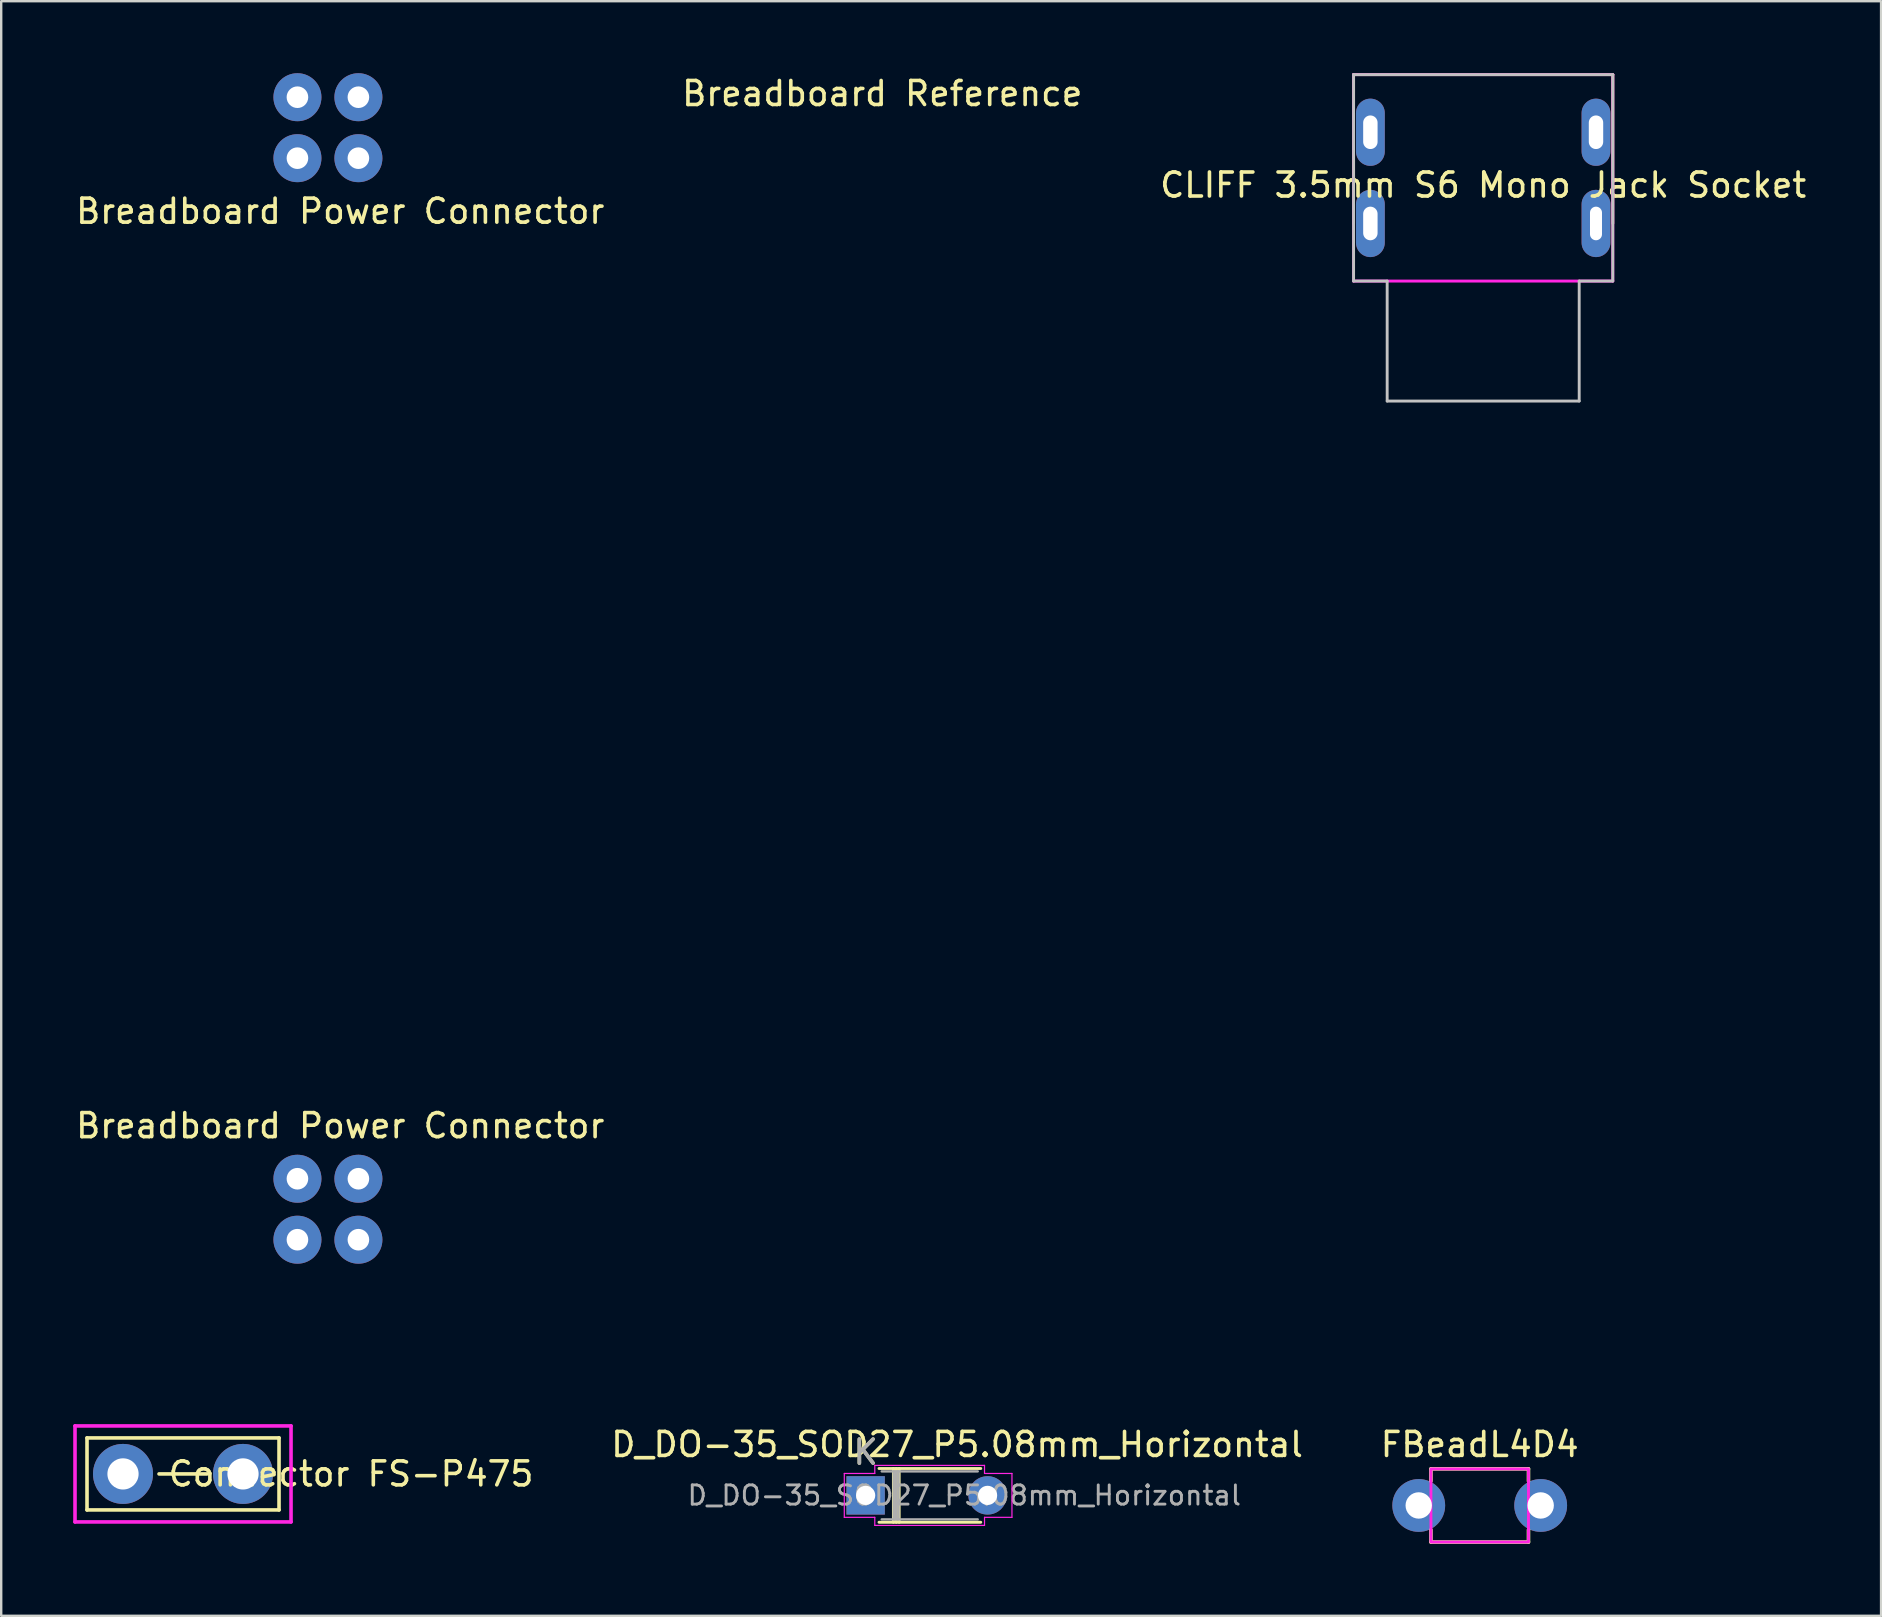
<source format=kicad_pcb>
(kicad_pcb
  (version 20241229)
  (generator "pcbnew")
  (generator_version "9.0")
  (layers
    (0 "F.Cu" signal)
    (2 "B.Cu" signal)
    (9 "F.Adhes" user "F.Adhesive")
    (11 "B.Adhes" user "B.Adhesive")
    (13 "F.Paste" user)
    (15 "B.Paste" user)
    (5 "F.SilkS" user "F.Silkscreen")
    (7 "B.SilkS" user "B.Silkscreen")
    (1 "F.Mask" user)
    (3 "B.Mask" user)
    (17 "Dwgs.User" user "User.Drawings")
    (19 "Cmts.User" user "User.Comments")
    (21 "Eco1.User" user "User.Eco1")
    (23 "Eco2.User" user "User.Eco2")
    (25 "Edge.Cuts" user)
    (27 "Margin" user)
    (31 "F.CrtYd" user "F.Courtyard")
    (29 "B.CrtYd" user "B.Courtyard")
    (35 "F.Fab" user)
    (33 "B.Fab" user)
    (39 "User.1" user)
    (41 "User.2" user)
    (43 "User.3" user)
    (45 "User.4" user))
  (footprint "D_DO-35_SOD27_P5.08mm_Horizontal"
    (layer "F.Cu")
    (at 33.015 59.252)
    (property "Reference" "D_DO-35_SOD27_P5.08mm_Horizontal" (at 3.81 -2.12 0) (layer "F.SilkS") (effects (font (size 1 1) (thickness 0.15))))
    (attr through_hole)
    (fp_line (start 0.557 1.12) (end 4.797 1.12) (stroke (width 0.12) (type solid)) (layer "F.SilkS"))
    (fp_line (start 1.157 -1.12) (end 1.157 1.12) (stroke (width 0.12) (type solid)) (layer "F.SilkS"))
    (fp_line (start 1.277 -1.12) (end 1.277 1.12) (stroke (width 0.12) (type solid)) (layer "F.SilkS"))
    (fp_line (start 1.397 -1.12) (end 1.397 1.12) (stroke (width 0.12) (type solid)) (layer "F.SilkS"))
    (fp_line (start 4.797 -1.12) (end 0.557 -1.12) (stroke (width 0.12) (type solid)) (layer "F.SilkS"))
    (fp_line (start -0.889 -0.914) (end -0.889 0.914) (stroke (width 0.05) (type solid)) (layer "F.CrtYd"))
    (fp_line (start -0.889 -0.914) (end 0.381 -0.914) (stroke (width 0.05) (type default)) (layer "F.CrtYd"))
    (fp_line (start -0.889 0.914) (end 0.381 0.914) (stroke (width 0.05) (type default)) (layer "F.CrtYd"))
    (fp_line (start 0.381 -1.25) (end 0.381 -0.914) (stroke (width 0.05) (type default)) (layer "F.CrtYd"))
    (fp_line (start 0.381 0.914) (end 0.381 1.25) (stroke (width 0.05) (type default)) (layer "F.CrtYd"))
    (fp_line (start 0.381 1.25) (end 4.953 1.25) (stroke (width 0.05) (type solid)) (layer "F.CrtYd"))
    (fp_line (start 4.953 -1.25) (end 0.381 -1.25) (stroke (width 0.05) (type solid)) (layer "F.CrtYd"))
    (fp_line (start 4.953 -0.914) (end 4.953 -1.25) (stroke (width 0.05) (type default)) (layer "F.CrtYd"))
    (fp_line (start 4.953 1.25) (end 4.953 0.914) (stroke (width 0.05) (type default)) (layer "F.CrtYd"))
    (fp_line (start 6.096 -0.914) (end 4.953 -0.914) (stroke (width 0.05) (type default)) (layer "F.CrtYd"))
    (fp_line (start 6.096 0.914) (end 4.953 0.914) (stroke (width 0.05) (type default)) (layer "F.CrtYd"))
    (fp_line (start 6.096 0.914) (end 6.096 -0.914) (stroke (width 0.05) (type solid)) (layer "F.CrtYd"))
    (fp_line (start 0.67 1) (end 4.67 1) (stroke (width 0.1) (type solid)) (layer "F.Fab"))
    (fp_line (start 1.17 -1) (end 1.17 1) (stroke (width 0.1) (type solid)) (layer "F.Fab"))
    (fp_line (start 1.27 -1) (end 1.27 1) (stroke (width 0.1) (type solid)) (layer "F.Fab"))
    (fp_line (start 1.37 -1) (end 1.37 1) (stroke (width 0.1) (type solid)) (layer "F.Fab"))
    (fp_line (start 4.67 -1) (end 0.67 -1) (stroke (width 0.1) (type solid)) (layer "F.Fab"))
    (fp_text user "K" (at 0 -1.8 0) (layer "F.SilkS") (effects (font (size 1 1) (thickness 0.15))))
    (fp_text user "${REFERENCE}" (at 4.11 0 0) (layer "F.Fab") (effects (font (size 0.8 0.8) (thickness 0.12))))
    (fp_text user "K" (at 0 -1.8 0) (layer "F.Fab") (effects (font (size 1 1) (thickness 0.15))))
    (pad "1" thru_hole rect (at 0 0) (size 1.6 1.6) (drill 0.8) (layers "*.Cu" "*.Mask"))
    (pad "2" thru_hole oval (at 5.08 0) (size 1.6 1.6) (drill 0.8) (layers "*.Cu" "*.Mask")))
  (footprint "CLIFF 3.5mm S6 Mono Jack Socket"
    (layer "F.Cu")
    (at 58.744 8.66)
    (property "Reference" "CLIFF 3.5mm S6 Mono Jack Socket" (at 0 -4 0) (unlocked yes) (layer "F.SilkS") (effects (font (size 1 1) (thickness 0.15))))
    (attr through_hole)
    (fp_line (start -5.4 -8.6) (end 5.4 -8.6) (stroke (width 0.12) (type default)) (layer "F.SilkS"))
    (fp_line (start -5.4 -2.4) (end -5.4 -8.6) (stroke (width 0.12) (type default)) (layer "F.SilkS"))
    (fp_line (start 5.4 -2.4) (end 5.4 -8.6) (stroke (width 0.12) (type default)) (layer "F.SilkS"))
    (fp_line (start -5.4 -8.6) (end 5.4 -8.6) (stroke (width 0.12) (type default)) (layer "Dwgs.User"))
    (fp_line (start -5.4 0) (end -5.4 -8.6) (stroke (width 0.12) (type default)) (layer "Dwgs.User"))
    (fp_line (start -4 0) (end -5.4 0) (stroke (width 0.12) (type default)) (layer "Dwgs.User"))
    (fp_line (start -4 0) (end -4 5) (stroke (width 0.12) (type default)) (layer "Dwgs.User"))
    (fp_line (start -4 5) (end 4 5) (stroke (width 0.12) (type default)) (layer "Dwgs.User"))
    (fp_line (start 4 5) (end 4 0) (stroke (width 0.12) (type default)) (layer "Dwgs.User"))
    (fp_line (start 5.4 0) (end 4 0) (stroke (width 0.12) (type default)) (layer "Dwgs.User"))
    (fp_line (start 5.4 0) (end 5.4 -8.6) (stroke (width 0.12) (type default)) (layer "Dwgs.User"))
    (fp_line (start -5.4 0) (end -5.4 -8.6) (stroke (width 0.12) (type default)) (layer "F.CrtYd"))
    (fp_line (start -5.4 0) (end 5.4 0) (stroke (width 0.12) (type default)) (layer "F.CrtYd"))
    (fp_line (start 5.4 -8.6) (end -5.4 -8.6) (stroke (width 0.12) (type default)) (layer "F.CrtYd"))
    (fp_line (start 5.4 0) (end 5.4 -8.6) (stroke (width 0.12) (type default)) (layer "F.CrtYd"))
    (pad "S" thru_hole oval (at 4.7 -2.4 180) (size 1.2 2.8) (drill oval 0.5 1.4) (layers "*.Cu" "*.Mask"))
    (pad "SN" thru_hole oval (at -4.7 -2.4 180) (size 1.2 2.8) (drill oval 0.6 1.4) (layers "*.Cu" "*.Mask"))
    (pad "T" thru_hole oval (at 4.7 -6.2 180) (size 1.2 2.8) (drill oval 0.6 1.4) (layers "*.Cu" "*.Mask"))
    (pad "TN" thru_hole oval (at -4.7 -6.2 180) (size 1.2 2.8) (drill oval 0.6 1.4) (layers "*.Cu" "*.Mask")))
  (footprint "Breadboard Reference"
    (layer "F.Cu")
    (at 33.708 28.788)
    (property "Reference" "Breadboard Reference" (at 0 -27.94 0) (unlocked yes) (layer "F.SilkS") (effects (font (size 1 1) (thickness 0.15))))
    (fp_circle (center -5.08 -13.97) (end -4.445 -13.97) (stroke (width 0.12) (type default)) (fill no) (layer "User.1"))
    (fp_circle (center -5.08 -11.43) (end -4.445 -11.43) (stroke (width 0.12) (type default)) (fill no) (layer "User.1"))
    (fp_circle (center -5.08 -8.89) (end -4.445 -8.89) (stroke (width 0.12) (type default)) (fill no) (layer "User.1"))
    (fp_circle (center -5.08 -6.35) (end -4.445 -6.35) (stroke (width 0.12) (type default)) (fill no) (layer "User.1"))
    (fp_circle (center -5.08 -3.81) (end -4.445 -3.81) (stroke (width 0.12) (type default)) (fill no) (layer "User.1"))
    (fp_circle (center -5.08 3.81) (end -4.445 3.81) (stroke (width 0.12) (type default)) (fill no) (layer "User.1"))
    (fp_circle (center -5.08 6.35) (end -4.445 6.35) (stroke (width 0.12) (type default)) (fill no) (layer "User.1"))
    (fp_circle (center -5.08 8.89) (end -4.445 8.89) (stroke (width 0.12) (type default)) (fill no) (layer "User.1"))
    (fp_circle (center -5.08 11.43) (end -4.445 11.43) (stroke (width 0.12) (type default)) (fill no) (layer "User.1"))
    (fp_circle (center -5.08 13.97) (end -4.445 13.97) (stroke (width 0.12) (type default)) (fill no) (layer "User.1"))
    (fp_circle (center -2.54 -13.97) (end -1.905 -13.97) (stroke (width 0.12) (type default)) (fill no) (layer "User.1"))
    (fp_circle (center -2.54 -11.43) (end -1.905 -11.43) (stroke (width 0.12) (type default)) (fill no) (layer "User.1"))
    (fp_circle (center -2.54 -8.89) (end -1.905 -8.89) (stroke (width 0.12) (type default)) (fill no) (layer "User.1"))
    (fp_circle (center -2.54 -6.35) (end -1.905 -6.35) (stroke (width 0.12) (type default)) (fill no) (layer "User.1"))
    (fp_circle (center -2.54 -3.81) (end -1.905 -3.81) (stroke (width 0.12) (type default)) (fill no) (layer "User.1"))
    (fp_circle (center -2.54 3.81) (end -1.905 3.81) (stroke (width 0.12) (type default)) (fill no) (layer "User.1"))
    (fp_circle (center -2.54 6.35) (end -1.905 6.35) (stroke (width 0.12) (type default)) (fill no) (layer "User.1"))
    (fp_circle (center -2.54 8.89) (end -1.905 8.89) (stroke (width 0.12) (type default)) (fill no) (layer "User.1"))
    (fp_circle (center -2.54 11.43) (end -1.905 11.43) (stroke (width 0.12) (type default)) (fill no) (layer "User.1"))
    (fp_circle (center -2.54 13.97) (end -1.905 13.97) (stroke (width 0.12) (type default)) (fill no) (layer "User.1"))
    (fp_circle (center -0.513 -23.8) (end 0.122 -23.8) (stroke (width 0.12) (type default)) (fill no) (layer "User.1"))
    (fp_circle (center -0.513 -21.26) (end 0.122 -21.26) (stroke (width 0.12) (type default)) (fill no) (layer "User.1"))
    (fp_circle (center -0.513 21.26) (end 0.122 21.26) (stroke (width 0.12) (type default)) (fill no) (layer "User.1"))
    (fp_circle (center -0.513 23.8) (end 0.122 23.8) (stroke (width 0.12) (type default)) (fill no) (layer "User.1"))
    (fp_circle (center 0 -13.97) (end 0.635 -13.97) (stroke (width 0.12) (type default)) (fill no) (layer "User.1"))
    (fp_circle (center 0 -11.43) (end 0.635 -11.43) (stroke (width 0.12) (type default)) (fill no) (layer "User.1"))
    (fp_circle (center 0 -8.89) (end 0.635 -8.89) (stroke (width 0.12) (type default)) (fill no) (layer "User.1"))
    (fp_circle (center 0 -6.35) (end 0.635 -6.35) (stroke (width 0.12) (type default)) (fill no) (layer "User.1"))
    (fp_circle (center 0 -3.81) (end 0.635 -3.81) (stroke (width 0.12) (type default)) (fill no) (layer "User.1"))
    (fp_circle (center 0 3.81) (end 0.635 3.81) (stroke (width 0.12) (type default)) (fill no) (layer "User.1"))
    (fp_circle (center 0 6.35) (end 0.635 6.35) (stroke (width 0.12) (type default)) (fill no) (layer "User.1"))
    (fp_circle (center 0 8.89) (end 0.635 8.89) (stroke (width 0.12) (type default)) (fill no) (layer "User.1"))
    (fp_circle (center 0 11.43) (end 0.635 11.43) (stroke (width 0.12) (type default)) (fill no) (layer "User.1"))
    (fp_circle (center 0 13.97) (end 0.635 13.97) (stroke (width 0.12) (type default)) (fill no) (layer "User.1"))
    (fp_circle (center 2.027 -23.8) (end 2.662 -23.8) (stroke (width 0.12) (type default)) (fill no) (layer "User.1"))
    (fp_circle (center 2.027 -21.26) (end 2.662 -21.26) (stroke (width 0.12) (type default)) (fill no) (layer "User.1"))
    (fp_circle (center 2.027 21.26) (end 2.662 21.26) (stroke (width 0.12) (type default)) (fill no) (layer "User.1"))
    (fp_circle (center 2.027 23.8) (end 2.662 23.8) (stroke (width 0.12) (type default)) (fill no) (layer "User.1"))
    (fp_circle (center 2.54 -13.97) (end 3.175 -13.97) (stroke (width 0.12) (type default)) (fill no) (layer "User.1"))
    (fp_circle (center 2.54 -11.43) (end 3.175 -11.43) (stroke (width 0.12) (type default)) (fill no) (layer "User.1"))
    (fp_circle (center 2.54 -8.89) (end 3.175 -8.89) (stroke (width 0.12) (type default)) (fill no) (layer "User.1"))
    (fp_circle (center 2.54 -6.35) (end 3.175 -6.35) (stroke (width 0.12) (type default)) (fill no) (layer "User.1"))
    (fp_circle (center 2.54 -3.81) (end 3.175 -3.81) (stroke (width 0.12) (type default)) (fill no) (layer "User.1"))
    (fp_circle (center 2.54 3.81) (end 3.175 3.81) (stroke (width 0.12) (type default)) (fill no) (layer "User.1"))
    (fp_circle (center 2.54 6.35) (end 3.175 6.35) (stroke (width 0.12) (type default)) (fill no) (layer "User.1"))
    (fp_circle (center 2.54 8.89) (end 3.175 8.89) (stroke (width 0.12) (type default)) (fill no) (layer "User.1"))
    (fp_circle (center 2.54 11.43) (end 3.175 11.43) (stroke (width 0.12) (type default)) (fill no) (layer "User.1"))
    (fp_circle (center 2.54 13.97) (end 3.175 13.97) (stroke (width 0.12) (type default)) (fill no) (layer "User.1"))
    (fp_circle (center 5.08 -13.97) (end 5.715 -13.97) (stroke (width 0.12) (type default)) (fill no) (layer "User.1"))
    (fp_circle (center 5.08 -11.43) (end 5.715 -11.43) (stroke (width 0.12) (type default)) (fill no) (layer "User.1"))
    (fp_circle (center 5.08 -8.89) (end 5.715 -8.89) (stroke (width 0.12) (type default)) (fill no) (layer "User.1"))
    (fp_circle (center 5.08 -6.35) (end 5.715 -6.35) (stroke (width 0.12) (type default)) (fill no) (layer "User.1"))
    (fp_circle (center 5.08 -3.81) (end 5.715 -3.81) (stroke (width 0.12) (type default)) (fill no) (layer "User.1"))
    (fp_circle (center 5.08 3.81) (end 5.715 3.81) (stroke (width 0.12) (type default)) (fill no) (layer "User.1"))
    (fp_circle (center 5.08 6.35) (end 5.715 6.35) (stroke (width 0.12) (type default)) (fill no) (layer "User.1"))
    (fp_circle (center 5.08 8.89) (end 5.715 8.89) (stroke (width 0.12) (type default)) (fill no) (layer "User.1"))
    (fp_circle (center 5.08 11.43) (end 5.715 11.43) (stroke (width 0.12) (type default)) (fill no) (layer "User.1"))
    (fp_circle (center 5.08 13.97) (end 5.715 13.97) (stroke (width 0.12) (type default)) (fill no) (layer "User.1")))
  (footprint "FBeadL4D4"
    (layer "F.Cu")
    (at 58.599 59.672)
    (property "Reference" "FBeadL4D4" (at 0 -2.54 0) (unlocked yes) (layer "F.SilkS") (effects (font (size 1 1) (thickness 0.15))))
    (attr through_hole)
    (fp_line (start -2.032 -1.524) (end -2.032 -1.016) (stroke (width 0.15) (type solid)) (layer "F.SilkS"))
    (fp_line (start -2.032 -1.524) (end 2.032 -1.524) (stroke (width 0.15) (type solid)) (layer "F.SilkS"))
    (fp_line (start -2.032 1.524) (end -2.032 1.016) (stroke (width 0.15) (type solid)) (layer "F.SilkS"))
    (fp_line (start -2.032 1.524) (end 2.032 1.524) (stroke (width 0.15) (type solid)) (layer "F.SilkS"))
    (fp_line (start 2.032 -1.524) (end 2.032 -1.016) (stroke (width 0.15) (type solid)) (layer "F.SilkS"))
    (fp_line (start 2.032 1.524) (end 2.032 1.016) (stroke (width 0.15) (type solid)) (layer "F.SilkS"))
    (fp_rect (start -2.032 -1.524) (end 2.032 1.524) (stroke (width 0.12) (type solid)) (fill no) (layer "F.CrtYd"))
    (pad "1" thru_hole circle (at -2.54 0) (size 2.2 2.2) (drill 1.1) (layers "*.Cu" "*.Mask"))
    (pad "2" thru_hole circle (at 2.54 0) (size 2.2 2.2) (drill 1.1) (layers "*.Cu" "*.Mask")))
  (footprint "Connector FS-P475"
    (layer "F.Cu")
    (at 4.575 58.358)
    (property "Reference" "Connector FS-P475" (at 7 0 0) (layer "F.SilkS") (effects (font (size 1 1) (thickness 0.15))))
    (attr through_hole)
    (fp_line (start -4 -1.5) (end 4 -1.5) (stroke (width 0.15) (type solid)) (layer "F.SilkS"))
    (fp_line (start -4 1.5) (end -4 -1.5) (stroke (width 0.15) (type solid)) (layer "F.SilkS"))
    (fp_line (start -1 0) (end 1 0) (stroke (width 0.15) (type solid)) (layer "F.SilkS"))
    (fp_line (start 4 -1.5) (end 4 1.5) (stroke (width 0.15) (type solid)) (layer "F.SilkS"))
    (fp_line (start 4 1.5) (end -4 1.5) (stroke (width 0.15) (type solid)) (layer "F.SilkS"))
    (fp_line (start -4.5 -2) (end 4.5 -2) (stroke (width 0.15) (type solid)) (layer "F.CrtYd"))
    (fp_line (start -4.5 2) (end -4.5 -2) (stroke (width 0.15) (type solid)) (layer "F.CrtYd"))
    (fp_line (start 4.5 -2) (end 4.5 2) (stroke (width 0.15) (type solid)) (layer "F.CrtYd"))
    (fp_line (start 4.5 2) (end -4.5 2) (stroke (width 0.15) (type solid)) (layer "F.CrtYd"))
    (pad "1" thru_hole circle (at -2.5 0) (size 2.5 2.5) (drill 1.3) (layers "*.Cu" "*.Mask"))
    (pad "1" thru_hole circle (at 2.5 0) (size 2.5 2.5) (drill 1.3) (layers "*.Cu" "*.Mask")))
  (footprint "Breadboard Power Connector"
    (layer "F.Cu")
    (at 11.125 24.8)
    (property "Reference" "Breadboard Power Connector" (at 0 -19.05 0) (unlocked yes) (layer "F.SilkS") (effects (font (size 1 1) (thickness 0.15))))
    (fp_text user "${REFERENCE}" (at 0 19.05 0) (unlocked yes) (layer "F.SilkS") (effects (font (size 1 1) (thickness 0.15))))
    (pad "1" thru_hole circle (at -1.783 -23.8) (size 2 2) (drill 0.9) (layers "*.Cu" "*.Mask"))
    (pad "1" thru_hole circle (at 0.757 -23.8) (size 2 2) (drill 0.9) (layers "*.Cu" "*.Mask"))
    (pad "2" thru_hole circle (at -1.783 -21.26) (size 2 2) (drill 0.9) (layers "*.Cu" "*.Mask"))
    (pad "2" thru_hole circle (at 0.757 -21.26) (size 2 2) (drill 0.9) (layers "*.Cu" "*.Mask"))
    (pad "3" thru_hole circle (at -1.783 21.26) (size 2 2) (drill 0.9) (layers "*.Cu" "*.Mask"))
    (pad "3" thru_hole circle (at 0.757 21.26) (size 2 2) (drill 0.9) (layers "*.Cu" "*.Mask"))
    (pad "4" thru_hole circle (at -1.783 23.8) (size 2 2) (drill 0.9) (layers "*.Cu" "*.Mask"))
    (pad "4" thru_hole circle (at 0.757 23.8) (size 2 2) (drill 0.9) (layers "*.Cu" "*.Mask")))
  (gr_rect
    (start -3 -3)
    (end 75.321 64.27)
    (stroke (width 0.1) (type default))
    (fill no)
    (layer "Edge.Cuts")))
</source>
